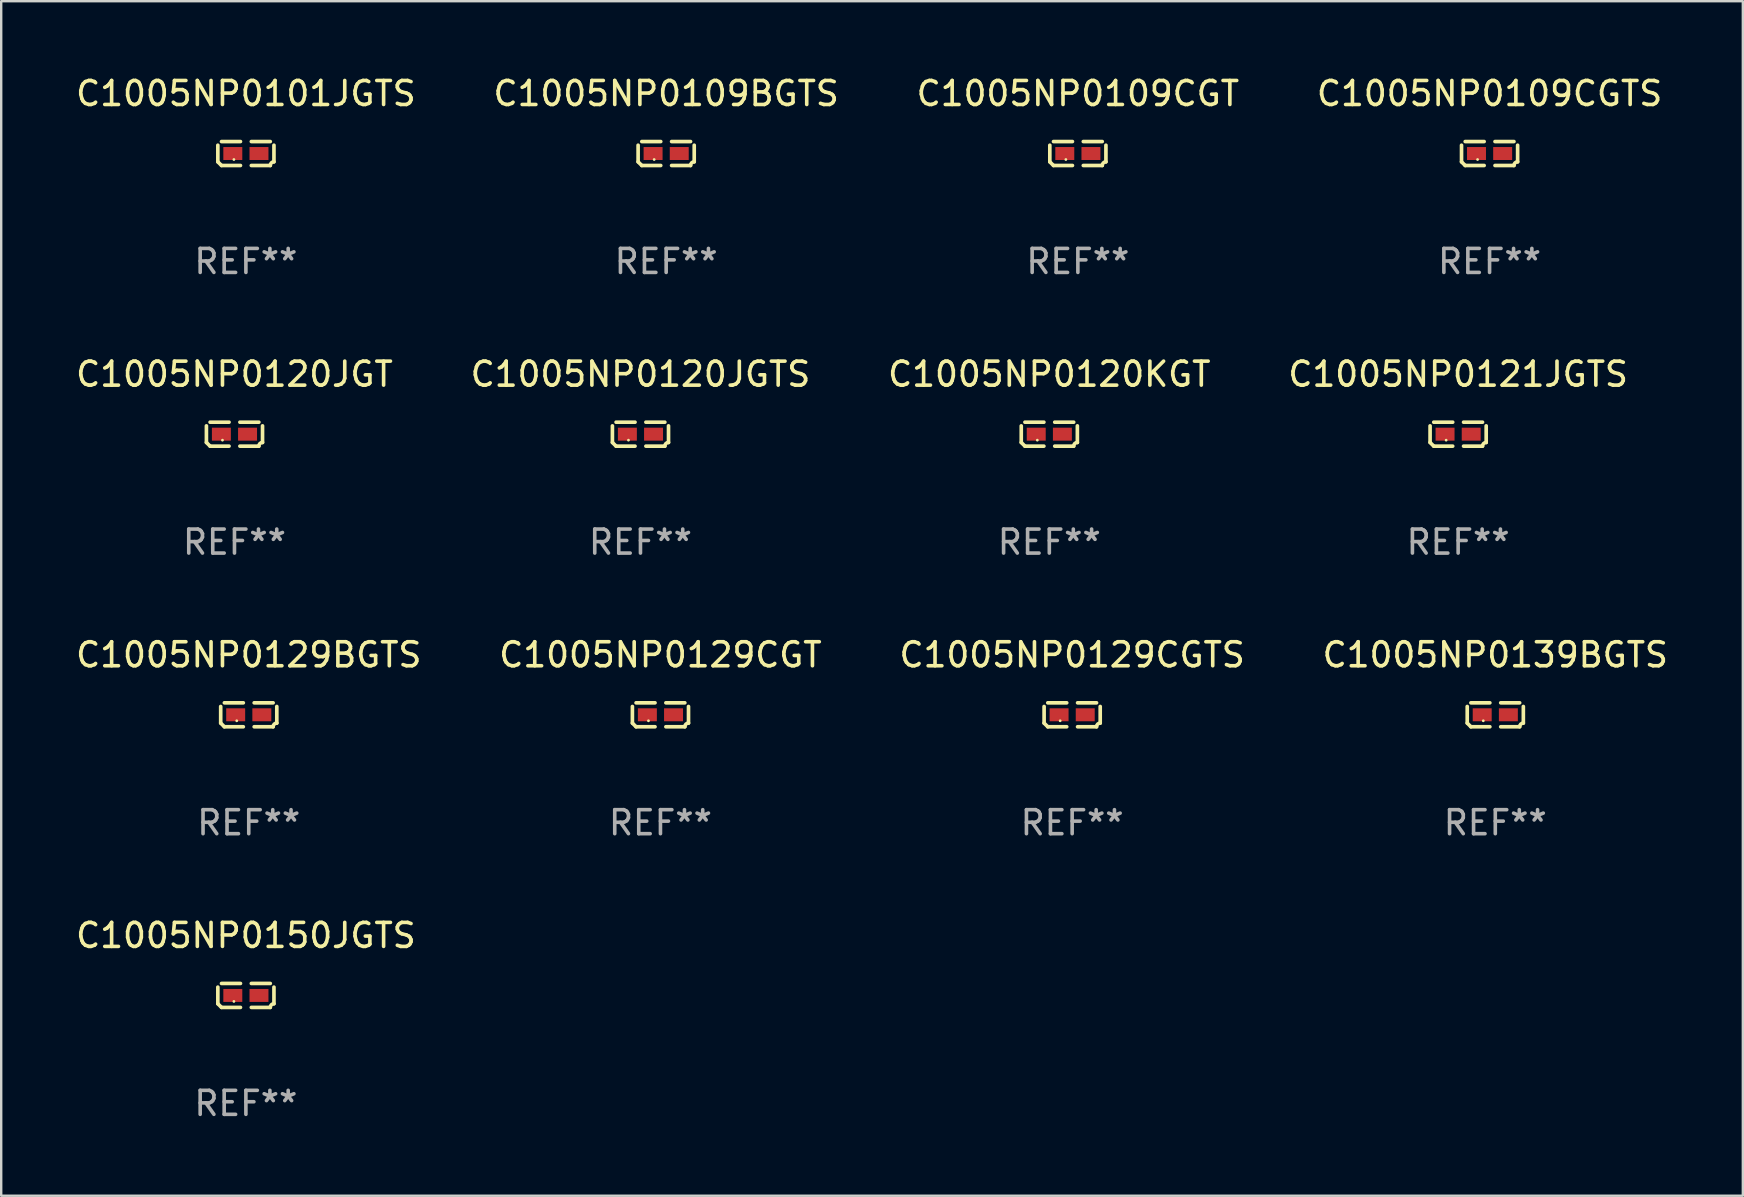
<source format=kicad_pcb>
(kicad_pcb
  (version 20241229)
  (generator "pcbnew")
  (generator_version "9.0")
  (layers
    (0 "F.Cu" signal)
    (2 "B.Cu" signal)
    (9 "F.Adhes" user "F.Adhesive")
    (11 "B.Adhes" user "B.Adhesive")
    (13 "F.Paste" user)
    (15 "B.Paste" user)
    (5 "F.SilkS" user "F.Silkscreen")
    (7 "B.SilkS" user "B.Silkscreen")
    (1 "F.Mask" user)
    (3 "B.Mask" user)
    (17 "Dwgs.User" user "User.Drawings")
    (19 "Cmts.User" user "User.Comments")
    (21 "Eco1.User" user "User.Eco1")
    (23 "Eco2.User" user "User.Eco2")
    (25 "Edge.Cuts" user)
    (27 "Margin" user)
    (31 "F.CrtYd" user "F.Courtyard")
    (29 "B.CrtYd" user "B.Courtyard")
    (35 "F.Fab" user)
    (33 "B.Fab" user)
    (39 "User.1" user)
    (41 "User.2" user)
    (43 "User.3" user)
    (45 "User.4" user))
  (footprint "C1005NP0129CGT"
    (layer "F.Cu")
    (at 24.47 26.734)
    (property "Reference" "C1005NP0129CGT" (at 0 -2.499 0) (layer "F.SilkS") (effects (font (size 1 1) (thickness 0.15))))
    (attr through_hole)
    (fp_line (start -1.169 0.346) (end -1.169 -0.346) (stroke (width 0.152) (type solid)) (layer "F.SilkS"))
    (fp_line (start -1.016 -0.499) (end -0.226 -0.499) (stroke (width 0.152) (type solid)) (layer "F.SilkS"))
    (fp_line (start -0.226 0.499) (end -1.016 0.499) (stroke (width 0.152) (type solid)) (layer "F.SilkS"))
    (fp_line (start 0.226 0.499) (end 1.016 0.499) (stroke (width 0.152) (type solid)) (layer "F.SilkS"))
    (fp_line (start 1.016 -0.499) (end 0.226 -0.499) (stroke (width 0.152) (type solid)) (layer "F.SilkS"))
    (fp_line (start 1.169 0.346) (end 1.169 -0.346) (stroke (width 0.152) (type solid)) (layer "F.SilkS"))
    (fp_arc (start -1.016307 0.498603) (mid -1.092512 0.422405) (end -1.16871 0.3462) (stroke (width 0.1524) (type solid)) (layer "F.SilkS"))
    (fp_arc (start 1.016307 0.498603) (mid 1.060899 0.390758) (end 1.168707 0.346076) (stroke (width 0.1524) (type solid)) (layer "F.SilkS"))
    (fp_circle (center -0.5 0.25) (end -0.47 0.25) (stroke (width 0.06) (type solid)) (fill no) (layer "F.SilkS"))
    (fp_text user "REF**" (at 0 4.499 0) (layer "F.Fab") (effects (font (size 1 1) (thickness 0.15))))
    (pad "1" smd rect (at -0.545 0) (size 0.79 0.54) (layers "F.Cu" "F.Mask" "F.Paste"))
    (pad "2" smd rect (at 0.545 0) (size 0.79 0.54) (layers "F.Cu" "F.Mask" "F.Paste")))
  (footprint "C1005NP0120JGT"
    (layer "F.Cu")
    (at 6.72 15.041)
    (property "Reference" "C1005NP0120JGT" (at 0 -2.499 0) (layer "F.SilkS") (effects (font (size 1 1) (thickness 0.15))))
    (attr through_hole)
    (fp_line (start -1.169 0.346) (end -1.169 -0.346) (stroke (width 0.152) (type solid)) (layer "F.SilkS"))
    (fp_line (start -1.016 -0.499) (end -0.226 -0.499) (stroke (width 0.152) (type solid)) (layer "F.SilkS"))
    (fp_line (start -0.226 0.499) (end -1.016 0.499) (stroke (width 0.152) (type solid)) (layer "F.SilkS"))
    (fp_line (start 0.226 0.499) (end 1.016 0.499) (stroke (width 0.152) (type solid)) (layer "F.SilkS"))
    (fp_line (start 1.016 -0.499) (end 0.226 -0.499) (stroke (width 0.152) (type solid)) (layer "F.SilkS"))
    (fp_line (start 1.169 0.346) (end 1.169 -0.346) (stroke (width 0.152) (type solid)) (layer "F.SilkS"))
    (fp_arc (start -1.016307 0.498603) (mid -1.092512 0.422405) (end -1.16871 0.3462) (stroke (width 0.1524) (type solid)) (layer "F.SilkS"))
    (fp_arc (start 1.016307 0.498603) (mid 1.060899 0.390758) (end 1.168707 0.346076) (stroke (width 0.1524) (type solid)) (layer "F.SilkS"))
    (fp_circle (center -0.5 0.25) (end -0.47 0.25) (stroke (width 0.06) (type solid)) (fill no) (layer "F.SilkS"))
    (fp_text user "REF**" (at 0 4.499 0) (layer "F.Fab") (effects (font (size 1 1) (thickness 0.15))))
    (pad "1" smd rect (at -0.545 0) (size 0.79 0.54) (layers "F.Cu" "F.Mask" "F.Paste"))
    (pad "2" smd rect (at 0.545 0) (size 0.79 0.54) (layers "F.Cu" "F.Mask" "F.Paste")))
  (footprint "C1005NP0139BGTS"
    (layer "F.Cu")
    (at 59.256 26.734)
    (property "Reference" "C1005NP0139BGTS" (at 0 -2.499 0) (layer "F.SilkS") (effects (font (size 1 1) (thickness 0.15))))
    (attr through_hole)
    (fp_line (start -1.169 0.346) (end -1.169 -0.346) (stroke (width 0.152) (type solid)) (layer "F.SilkS"))
    (fp_line (start -1.016 -0.499) (end -0.226 -0.499) (stroke (width 0.152) (type solid)) (layer "F.SilkS"))
    (fp_line (start -0.226 0.499) (end -1.016 0.499) (stroke (width 0.152) (type solid)) (layer "F.SilkS"))
    (fp_line (start 0.226 0.499) (end 1.016 0.499) (stroke (width 0.152) (type solid)) (layer "F.SilkS"))
    (fp_line (start 1.016 -0.499) (end 0.226 -0.499) (stroke (width 0.152) (type solid)) (layer "F.SilkS"))
    (fp_line (start 1.169 0.346) (end 1.169 -0.346) (stroke (width 0.152) (type solid)) (layer "F.SilkS"))
    (fp_arc (start -1.016307 0.498603) (mid -1.092512 0.422405) (end -1.16871 0.3462) (stroke (width 0.1524) (type solid)) (layer "F.SilkS"))
    (fp_arc (start 1.016307 0.498603) (mid 1.060899 0.390758) (end 1.168707 0.346076) (stroke (width 0.1524) (type solid)) (layer "F.SilkS"))
    (fp_circle (center -0.5 0.25) (end -0.47 0.25) (stroke (width 0.06) (type solid)) (fill no) (layer "F.SilkS"))
    (fp_text user "REF**" (at 0 4.499 0) (layer "F.Fab") (effects (font (size 1 1) (thickness 0.15))))
    (pad "1" smd rect (at -0.545 0) (size 0.79 0.54) (layers "F.Cu" "F.Mask" "F.Paste"))
    (pad "2" smd rect (at 0.545 0) (size 0.79 0.54) (layers "F.Cu" "F.Mask" "F.Paste")))
  (footprint "C1005NP0129CGTS"
    (layer "F.Cu")
    (at 41.625 26.734)
    (property "Reference" "C1005NP0129CGTS" (at 0 -2.499 0) (layer "F.SilkS") (effects (font (size 1 1) (thickness 0.15))))
    (attr through_hole)
    (fp_line (start -1.169 0.346) (end -1.169 -0.346) (stroke (width 0.152) (type solid)) (layer "F.SilkS"))
    (fp_line (start -1.016 -0.499) (end -0.226 -0.499) (stroke (width 0.152) (type solid)) (layer "F.SilkS"))
    (fp_line (start -0.226 0.499) (end -1.016 0.499) (stroke (width 0.152) (type solid)) (layer "F.SilkS"))
    (fp_line (start 0.226 0.499) (end 1.016 0.499) (stroke (width 0.152) (type solid)) (layer "F.SilkS"))
    (fp_line (start 1.016 -0.499) (end 0.226 -0.499) (stroke (width 0.152) (type solid)) (layer "F.SilkS"))
    (fp_line (start 1.169 0.346) (end 1.169 -0.346) (stroke (width 0.152) (type solid)) (layer "F.SilkS"))
    (fp_arc (start -1.016307 0.498603) (mid -1.092512 0.422405) (end -1.16871 0.3462) (stroke (width 0.1524) (type solid)) (layer "F.SilkS"))
    (fp_arc (start 1.016307 0.498603) (mid 1.060899 0.390758) (end 1.168707 0.346076) (stroke (width 0.1524) (type solid)) (layer "F.SilkS"))
    (fp_circle (center -0.5 0.25) (end -0.47 0.25) (stroke (width 0.06) (type solid)) (fill no) (layer "F.SilkS"))
    (fp_text user "REF**" (at 0 4.499 0) (layer "F.Fab") (effects (font (size 1 1) (thickness 0.15))))
    (pad "1" smd rect (at -0.545 0) (size 0.79 0.54) (layers "F.Cu" "F.Mask" "F.Paste"))
    (pad "2" smd rect (at 0.545 0) (size 0.79 0.54) (layers "F.Cu" "F.Mask" "F.Paste")))
  (footprint "C1005NP0109CGT"
    (layer "F.Cu")
    (at 41.863 3.347)
    (property "Reference" "C1005NP0109CGT" (at 0 -2.499 0) (layer "F.SilkS") (effects (font (size 1 1) (thickness 0.15))))
    (attr through_hole)
    (fp_line (start -1.169 0.346) (end -1.169 -0.346) (stroke (width 0.152) (type solid)) (layer "F.SilkS"))
    (fp_line (start -1.016 -0.499) (end -0.226 -0.499) (stroke (width 0.152) (type solid)) (layer "F.SilkS"))
    (fp_line (start -0.226 0.499) (end -1.016 0.499) (stroke (width 0.152) (type solid)) (layer "F.SilkS"))
    (fp_line (start 0.226 0.499) (end 1.016 0.499) (stroke (width 0.152) (type solid)) (layer "F.SilkS"))
    (fp_line (start 1.016 -0.499) (end 0.226 -0.499) (stroke (width 0.152) (type solid)) (layer "F.SilkS"))
    (fp_line (start 1.169 0.346) (end 1.169 -0.346) (stroke (width 0.152) (type solid)) (layer "F.SilkS"))
    (fp_arc (start -1.016307 0.498603) (mid -1.092512 0.422405) (end -1.16871 0.3462) (stroke (width 0.1524) (type solid)) (layer "F.SilkS"))
    (fp_arc (start 1.016307 0.498603) (mid 1.060899 0.390758) (end 1.168707 0.346076) (stroke (width 0.1524) (type solid)) (layer "F.SilkS"))
    (fp_circle (center -0.5 0.25) (end -0.47 0.25) (stroke (width 0.06) (type solid)) (fill no) (layer "F.SilkS"))
    (fp_text user "REF**" (at 0 4.499 0) (layer "F.Fab") (effects (font (size 1 1) (thickness 0.15))))
    (pad "1" smd rect (at -0.545 0) (size 0.79 0.54) (layers "F.Cu" "F.Mask" "F.Paste"))
    (pad "2" smd rect (at 0.545 0) (size 0.79 0.54) (layers "F.Cu" "F.Mask" "F.Paste")))
  (footprint "C1005NP0109CGTS"
    (layer "F.Cu")
    (at 59.018 3.347)
    (property "Reference" "C1005NP0109CGTS" (at 0 -2.499 0) (layer "F.SilkS") (effects (font (size 1 1) (thickness 0.15))))
    (attr through_hole)
    (fp_line (start -1.169 0.346) (end -1.169 -0.346) (stroke (width 0.152) (type solid)) (layer "F.SilkS"))
    (fp_line (start -1.016 -0.499) (end -0.226 -0.499) (stroke (width 0.152) (type solid)) (layer "F.SilkS"))
    (fp_line (start -0.226 0.499) (end -1.016 0.499) (stroke (width 0.152) (type solid)) (layer "F.SilkS"))
    (fp_line (start 0.226 0.499) (end 1.016 0.499) (stroke (width 0.152) (type solid)) (layer "F.SilkS"))
    (fp_line (start 1.016 -0.499) (end 0.226 -0.499) (stroke (width 0.152) (type solid)) (layer "F.SilkS"))
    (fp_line (start 1.169 0.346) (end 1.169 -0.346) (stroke (width 0.152) (type solid)) (layer "F.SilkS"))
    (fp_arc (start -1.016307 0.498603) (mid -1.092512 0.422405) (end -1.16871 0.3462) (stroke (width 0.1524) (type solid)) (layer "F.SilkS"))
    (fp_arc (start 1.016307 0.498603) (mid 1.060899 0.390758) (end 1.168707 0.346076) (stroke (width 0.1524) (type solid)) (layer "F.SilkS"))
    (fp_circle (center -0.5 0.25) (end -0.47 0.25) (stroke (width 0.06) (type solid)) (fill no) (layer "F.SilkS"))
    (fp_text user "REF**" (at 0 4.499 0) (layer "F.Fab") (effects (font (size 1 1) (thickness 0.15))))
    (pad "1" smd rect (at -0.545 0) (size 0.79 0.54) (layers "F.Cu" "F.Mask" "F.Paste"))
    (pad "2" smd rect (at 0.545 0) (size 0.79 0.54) (layers "F.Cu" "F.Mask" "F.Paste")))
  (footprint "C1005NP0150JGTS"
    (layer "F.Cu")
    (at 7.196 38.428)
    (property "Reference" "C1005NP0150JGTS" (at 0 -2.499 0) (layer "F.SilkS") (effects (font (size 1 1) (thickness 0.15))))
    (attr through_hole)
    (fp_line (start -1.169 0.346) (end -1.169 -0.346) (stroke (width 0.152) (type solid)) (layer "F.SilkS"))
    (fp_line (start -1.016 -0.499) (end -0.226 -0.499) (stroke (width 0.152) (type solid)) (layer "F.SilkS"))
    (fp_line (start -0.226 0.499) (end -1.016 0.499) (stroke (width 0.152) (type solid)) (layer "F.SilkS"))
    (fp_line (start 0.226 0.499) (end 1.016 0.499) (stroke (width 0.152) (type solid)) (layer "F.SilkS"))
    (fp_line (start 1.016 -0.499) (end 0.226 -0.499) (stroke (width 0.152) (type solid)) (layer "F.SilkS"))
    (fp_line (start 1.169 0.346) (end 1.169 -0.346) (stroke (width 0.152) (type solid)) (layer "F.SilkS"))
    (fp_arc (start -1.016307 0.498603) (mid -1.092512 0.422405) (end -1.16871 0.3462) (stroke (width 0.1524) (type solid)) (layer "F.SilkS"))
    (fp_arc (start 1.016307 0.498603) (mid 1.060899 0.390758) (end 1.168707 0.346076) (stroke (width 0.1524) (type solid)) (layer "F.SilkS"))
    (fp_circle (center -0.5 0.25) (end -0.47 0.25) (stroke (width 0.06) (type solid)) (fill no) (layer "F.SilkS"))
    (fp_text user "REF**" (at 0 4.499 0) (layer "F.Fab") (effects (font (size 1 1) (thickness 0.15))))
    (pad "1" smd rect (at -0.545 0) (size 0.79 0.54) (layers "F.Cu" "F.Mask" "F.Paste"))
    (pad "2" smd rect (at 0.545 0) (size 0.79 0.54) (layers "F.Cu" "F.Mask" "F.Paste")))
  (footprint "C1005NP0109BGTS"
    (layer "F.Cu")
    (at 24.708 3.347)
    (property "Reference" "C1005NP0109BGTS" (at 0 -2.499 0) (layer "F.SilkS") (effects (font (size 1 1) (thickness 0.15))))
    (attr through_hole)
    (fp_line (start -1.169 0.346) (end -1.169 -0.346) (stroke (width 0.152) (type solid)) (layer "F.SilkS"))
    (fp_line (start -1.016 -0.499) (end -0.226 -0.499) (stroke (width 0.152) (type solid)) (layer "F.SilkS"))
    (fp_line (start -0.226 0.499) (end -1.016 0.499) (stroke (width 0.152) (type solid)) (layer "F.SilkS"))
    (fp_line (start 0.226 0.499) (end 1.016 0.499) (stroke (width 0.152) (type solid)) (layer "F.SilkS"))
    (fp_line (start 1.016 -0.499) (end 0.226 -0.499) (stroke (width 0.152) (type solid)) (layer "F.SilkS"))
    (fp_line (start 1.169 0.346) (end 1.169 -0.346) (stroke (width 0.152) (type solid)) (layer "F.SilkS"))
    (fp_arc (start -1.016307 0.498603) (mid -1.092512 0.422405) (end -1.16871 0.3462) (stroke (width 0.1524) (type solid)) (layer "F.SilkS"))
    (fp_arc (start 1.016307 0.498603) (mid 1.060899 0.390758) (end 1.168707 0.346076) (stroke (width 0.1524) (type solid)) (layer "F.SilkS"))
    (fp_circle (center -0.5 0.25) (end -0.47 0.25) (stroke (width 0.06) (type solid)) (fill no) (layer "F.SilkS"))
    (fp_text user "REF**" (at 0 4.499 0) (layer "F.Fab") (effects (font (size 1 1) (thickness 0.15))))
    (pad "1" smd rect (at -0.545 0) (size 0.79 0.54) (layers "F.Cu" "F.Mask" "F.Paste"))
    (pad "2" smd rect (at 0.545 0) (size 0.79 0.54) (layers "F.Cu" "F.Mask" "F.Paste")))
  (footprint "C1005NP0129BGTS"
    (layer "F.Cu")
    (at 7.315 26.734)
    (property "Reference" "C1005NP0129BGTS" (at 0 -2.499 0) (layer "F.SilkS") (effects (font (size 1 1) (thickness 0.15))))
    (attr through_hole)
    (fp_line (start -1.169 0.346) (end -1.169 -0.346) (stroke (width 0.152) (type solid)) (layer "F.SilkS"))
    (fp_line (start -1.016 -0.499) (end -0.226 -0.499) (stroke (width 0.152) (type solid)) (layer "F.SilkS"))
    (fp_line (start -0.226 0.499) (end -1.016 0.499) (stroke (width 0.152) (type solid)) (layer "F.SilkS"))
    (fp_line (start 0.226 0.499) (end 1.016 0.499) (stroke (width 0.152) (type solid)) (layer "F.SilkS"))
    (fp_line (start 1.016 -0.499) (end 0.226 -0.499) (stroke (width 0.152) (type solid)) (layer "F.SilkS"))
    (fp_line (start 1.169 0.346) (end 1.169 -0.346) (stroke (width 0.152) (type solid)) (layer "F.SilkS"))
    (fp_arc (start -1.016307 0.498603) (mid -1.092512 0.422405) (end -1.16871 0.3462) (stroke (width 0.1524) (type solid)) (layer "F.SilkS"))
    (fp_arc (start 1.016307 0.498603) (mid 1.060899 0.390758) (end 1.168707 0.346076) (stroke (width 0.1524) (type solid)) (layer "F.SilkS"))
    (fp_circle (center -0.5 0.25) (end -0.47 0.25) (stroke (width 0.06) (type solid)) (fill no) (layer "F.SilkS"))
    (fp_text user "REF**" (at 0 4.499 0) (layer "F.Fab") (effects (font (size 1 1) (thickness 0.15))))
    (pad "1" smd rect (at -0.545 0) (size 0.79 0.54) (layers "F.Cu" "F.Mask" "F.Paste"))
    (pad "2" smd rect (at 0.545 0) (size 0.79 0.54) (layers "F.Cu" "F.Mask" "F.Paste")))
  (footprint "C1005NP0120KGT"
    (layer "F.Cu")
    (at 40.673 15.041)
    (property "Reference" "C1005NP0120KGT" (at 0 -2.499 0) (layer "F.SilkS") (effects (font (size 1 1) (thickness 0.15))))
    (attr through_hole)
    (fp_line (start -1.169 0.346) (end -1.169 -0.346) (stroke (width 0.152) (type solid)) (layer "F.SilkS"))
    (fp_line (start -1.016 -0.499) (end -0.226 -0.499) (stroke (width 0.152) (type solid)) (layer "F.SilkS"))
    (fp_line (start -0.226 0.499) (end -1.016 0.499) (stroke (width 0.152) (type solid)) (layer "F.SilkS"))
    (fp_line (start 0.226 0.499) (end 1.016 0.499) (stroke (width 0.152) (type solid)) (layer "F.SilkS"))
    (fp_line (start 1.016 -0.499) (end 0.226 -0.499) (stroke (width 0.152) (type solid)) (layer "F.SilkS"))
    (fp_line (start 1.169 0.346) (end 1.169 -0.346) (stroke (width 0.152) (type solid)) (layer "F.SilkS"))
    (fp_arc (start -1.016307 0.498603) (mid -1.092512 0.422405) (end -1.16871 0.3462) (stroke (width 0.1524) (type solid)) (layer "F.SilkS"))
    (fp_arc (start 1.016307 0.498603) (mid 1.060899 0.390758) (end 1.168707 0.346076) (stroke (width 0.1524) (type solid)) (layer "F.SilkS"))
    (fp_circle (center -0.5 0.25) (end -0.47 0.25) (stroke (width 0.06) (type solid)) (fill no) (layer "F.SilkS"))
    (fp_text user "REF**" (at 0 4.499 0) (layer "F.Fab") (effects (font (size 1 1) (thickness 0.15))))
    (pad "1" smd rect (at -0.545 0) (size 0.79 0.54) (layers "F.Cu" "F.Mask" "F.Paste"))
    (pad "2" smd rect (at 0.545 0) (size 0.79 0.54) (layers "F.Cu" "F.Mask" "F.Paste")))
  (footprint "C1005NP0120JGTS"
    (layer "F.Cu")
    (at 23.637 15.041)
    (property "Reference" "C1005NP0120JGTS" (at 0 -2.499 0) (layer "F.SilkS") (effects (font (size 1 1) (thickness 0.15))))
    (attr through_hole)
    (fp_line (start -1.169 0.346) (end -1.169 -0.346) (stroke (width 0.152) (type solid)) (layer "F.SilkS"))
    (fp_line (start -1.016 -0.499) (end -0.226 -0.499) (stroke (width 0.152) (type solid)) (layer "F.SilkS"))
    (fp_line (start -0.226 0.499) (end -1.016 0.499) (stroke (width 0.152) (type solid)) (layer "F.SilkS"))
    (fp_line (start 0.226 0.499) (end 1.016 0.499) (stroke (width 0.152) (type solid)) (layer "F.SilkS"))
    (fp_line (start 1.016 -0.499) (end 0.226 -0.499) (stroke (width 0.152) (type solid)) (layer "F.SilkS"))
    (fp_line (start 1.169 0.346) (end 1.169 -0.346) (stroke (width 0.152) (type solid)) (layer "F.SilkS"))
    (fp_arc (start -1.016307 0.498603) (mid -1.092512 0.422405) (end -1.16871 0.3462) (stroke (width 0.1524) (type solid)) (layer "F.SilkS"))
    (fp_arc (start 1.016307 0.498603) (mid 1.060899 0.390758) (end 1.168707 0.346076) (stroke (width 0.1524) (type solid)) (layer "F.SilkS"))
    (fp_circle (center -0.5 0.25) (end -0.47 0.25) (stroke (width 0.06) (type solid)) (fill no) (layer "F.SilkS"))
    (fp_text user "REF**" (at 0 4.499 0) (layer "F.Fab") (effects (font (size 1 1) (thickness 0.15))))
    (pad "1" smd rect (at -0.545 0) (size 0.79 0.54) (layers "F.Cu" "F.Mask" "F.Paste"))
    (pad "2" smd rect (at 0.545 0) (size 0.79 0.54) (layers "F.Cu" "F.Mask" "F.Paste")))
  (footprint "C1005NP0121JGTS"
    (layer "F.Cu")
    (at 57.708 15.041)
    (property "Reference" "C1005NP0121JGTS" (at 0 -2.499 0) (layer "F.SilkS") (effects (font (size 1 1) (thickness 0.15))))
    (attr through_hole)
    (fp_line (start -1.169 0.346) (end -1.169 -0.346) (stroke (width 0.152) (type solid)) (layer "F.SilkS"))
    (fp_line (start -1.016 -0.499) (end -0.226 -0.499) (stroke (width 0.152) (type solid)) (layer "F.SilkS"))
    (fp_line (start -0.226 0.499) (end -1.016 0.499) (stroke (width 0.152) (type solid)) (layer "F.SilkS"))
    (fp_line (start 0.226 0.499) (end 1.016 0.499) (stroke (width 0.152) (type solid)) (layer "F.SilkS"))
    (fp_line (start 1.016 -0.499) (end 0.226 -0.499) (stroke (width 0.152) (type solid)) (layer "F.SilkS"))
    (fp_line (start 1.169 0.346) (end 1.169 -0.346) (stroke (width 0.152) (type solid)) (layer "F.SilkS"))
    (fp_arc (start -1.016307 0.498603) (mid -1.092512 0.422405) (end -1.16871 0.3462) (stroke (width 0.1524) (type solid)) (layer "F.SilkS"))
    (fp_arc (start 1.016307 0.498603) (mid 1.060899 0.390758) (end 1.168707 0.346076) (stroke (width 0.1524) (type solid)) (layer "F.SilkS"))
    (fp_circle (center -0.5 0.25) (end -0.47 0.25) (stroke (width 0.06) (type solid)) (fill no) (layer "F.SilkS"))
    (fp_text user "REF**" (at 0 4.499 0) (layer "F.Fab") (effects (font (size 1 1) (thickness 0.15))))
    (pad "1" smd rect (at -0.545 0) (size 0.79 0.54) (layers "F.Cu" "F.Mask" "F.Paste"))
    (pad "2" smd rect (at 0.545 0) (size 0.79 0.54) (layers "F.Cu" "F.Mask" "F.Paste")))
  (footprint "C1005NP0101JGTS"
    (layer "F.Cu")
    (at 7.196 3.347)
    (property "Reference" "C1005NP0101JGTS" (at 0 -2.499 0) (layer "F.SilkS") (effects (font (size 1 1) (thickness 0.15))))
    (attr through_hole)
    (fp_line (start -1.169 0.346) (end -1.169 -0.346) (stroke (width 0.152) (type solid)) (layer "F.SilkS"))
    (fp_line (start -1.016 -0.499) (end -0.226 -0.499) (stroke (width 0.152) (type solid)) (layer "F.SilkS"))
    (fp_line (start -0.226 0.499) (end -1.016 0.499) (stroke (width 0.152) (type solid)) (layer "F.SilkS"))
    (fp_line (start 0.226 0.499) (end 1.016 0.499) (stroke (width 0.152) (type solid)) (layer "F.SilkS"))
    (fp_line (start 1.016 -0.499) (end 0.226 -0.499) (stroke (width 0.152) (type solid)) (layer "F.SilkS"))
    (fp_line (start 1.169 0.346) (end 1.169 -0.346) (stroke (width 0.152) (type solid)) (layer "F.SilkS"))
    (fp_arc (start -1.016307 0.498603) (mid -1.092512 0.422405) (end -1.16871 0.3462) (stroke (width 0.1524) (type solid)) (layer "F.SilkS"))
    (fp_arc (start 1.016307 0.498603) (mid 1.060899 0.390758) (end 1.168707 0.346076) (stroke (width 0.1524) (type solid)) (layer "F.SilkS"))
    (fp_circle (center -0.5 0.25) (end -0.47 0.25) (stroke (width 0.06) (type solid)) (fill no) (layer "F.SilkS"))
    (fp_text user "REF**" (at 0 4.499 0) (layer "F.Fab") (effects (font (size 1 1) (thickness 0.15))))
    (pad "1" smd rect (at -0.545 0) (size 0.79 0.54) (layers "F.Cu" "F.Mask" "F.Paste"))
    (pad "2" smd rect (at 0.545 0) (size 0.79 0.54) (layers "F.Cu" "F.Mask" "F.Paste")))
  (gr_rect
    (start -3 -3)
    (end 69.571 46.775)
    (stroke (width 0.1) (type default))
    (fill no)
    (layer "Edge.Cuts")))
</source>
